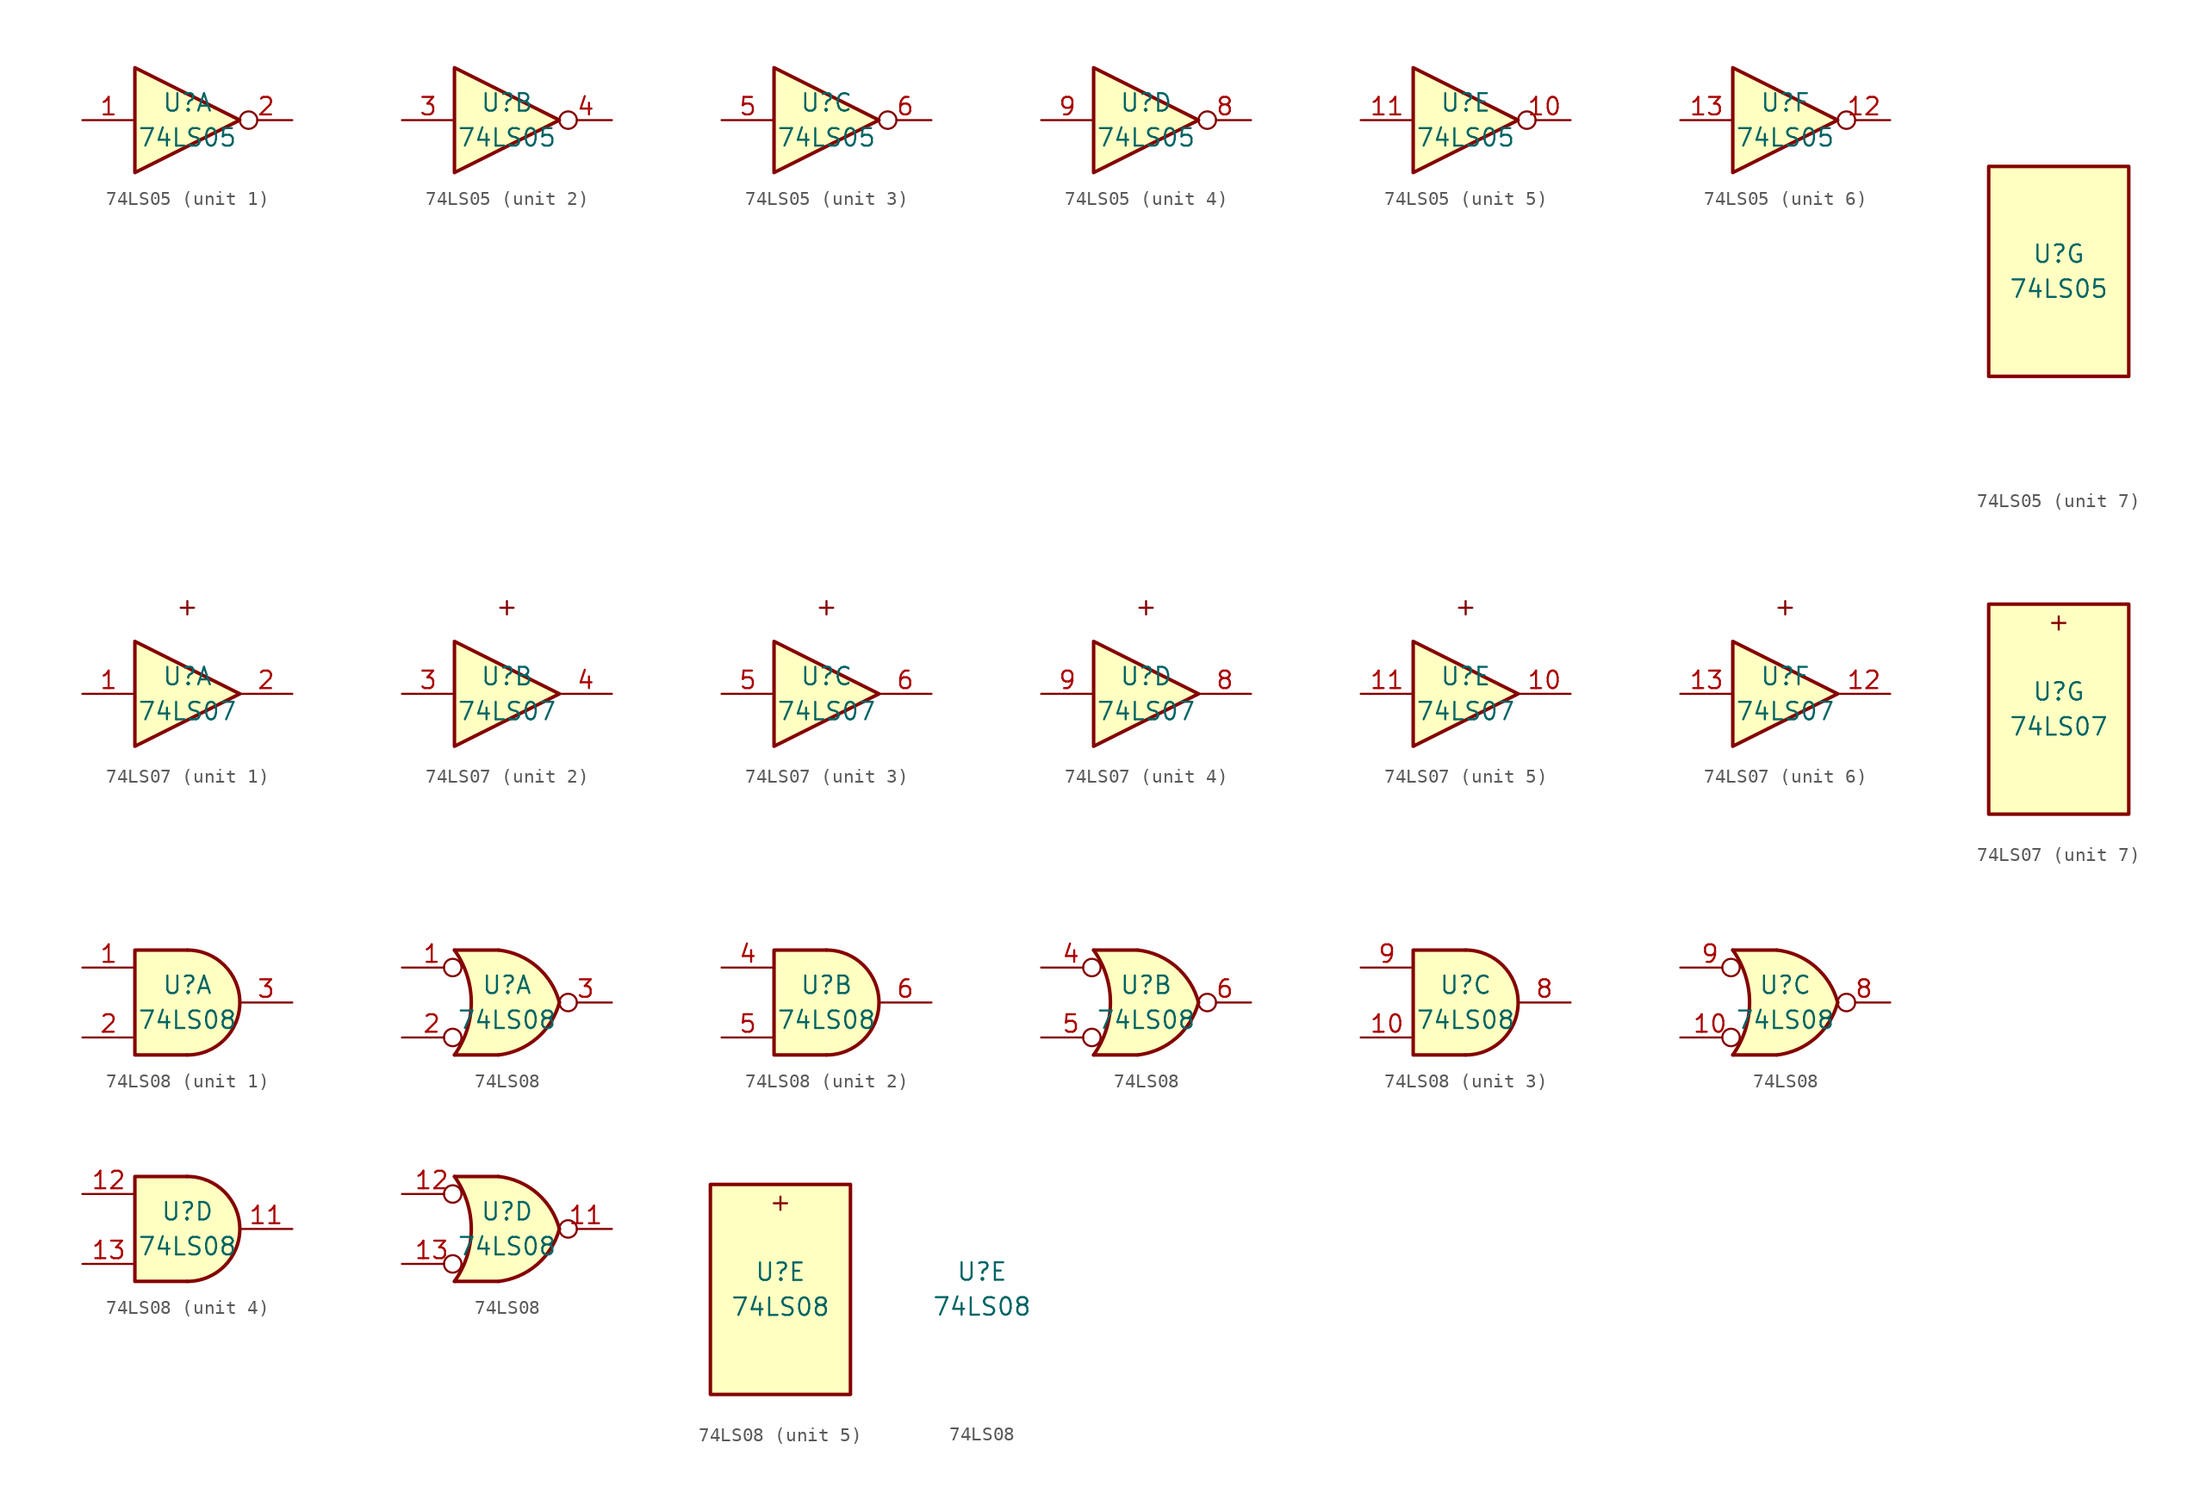
<source format=kicad_sym>
(kicad_symbol_lib
  (version 20231120)
  (generator "kicad_symbol_editor")
  (generator_version "8.0")
  (symbol "74LS05"
    (pin_names
      (offset 1.016))
    (property "Reference" "U"
      (at 0 1.27 0)
      (effects (font (size 1.27 1.27))))
    (property "Value" "74LS05"
      (at 0 -1.27 0)
      (effects (font (size 1.27 1.27))))
    (property "ki_locked" ""
      (at 0 0 0)
      (effects (font (size 1.27 1.27))))
    (symbol "74LS05_1_0"
      (polyline (pts (xy -3.81 3.81) (xy -3.81 -3.81) (xy 3.81 0) (xy -3.81 3.81)) (stroke (width 0.254) (type default)) (fill (type background)))
      (pin input line (at -7.62 0 0) (length 3.81) (name "~" (effects (font (size 1.27 1.27)))) (number "1" (effects (font (size 1.27 1.27)))))
      (pin open_collector inverted (at 7.62 0 180) (length 3.81) (name "~" (effects (font (size 1.27 1.27)))) (number "2" (effects (font (size 1.27 1.27))))))
    (symbol "74LS05_2_0"
      (polyline (pts (xy -3.81 3.81) (xy -3.81 -3.81) (xy 3.81 0) (xy -3.81 3.81)) (stroke (width 0.254) (type default)) (fill (type background)))
      (pin input line (at -7.62 0 0) (length 3.81) (name "~" (effects (font (size 1.27 1.27)))) (number "3" (effects (font (size 1.27 1.27)))))
      (pin open_collector inverted (at 7.62 0 180) (length 3.81) (name "~" (effects (font (size 1.27 1.27)))) (number "4" (effects (font (size 1.27 1.27))))))
    (symbol "74LS05_3_0"
      (polyline (pts (xy -3.81 3.81) (xy -3.81 -3.81) (xy 3.81 0) (xy -3.81 3.81)) (stroke (width 0.254) (type default)) (fill (type background)))
      (pin input line (at -7.62 0 0) (length 3.81) (name "~" (effects (font (size 1.27 1.27)))) (number "5" (effects (font (size 1.27 1.27)))))
      (pin open_collector inverted (at 7.62 0 180) (length 3.81) (name "~" (effects (font (size 1.27 1.27)))) (number "6" (effects (font (size 1.27 1.27))))))
    (symbol "74LS05_4_0"
      (polyline (pts (xy -3.81 3.81) (xy -3.81 -3.81) (xy 3.81 0) (xy -3.81 3.81)) (stroke (width 0.254) (type default)) (fill (type background)))
      (pin open_collector inverted (at 7.62 0 180) (length 3.81) (name "~" (effects (font (size 1.27 1.27)))) (number "8" (effects (font (size 1.27 1.27)))))
      (pin input line (at -7.62 0 0) (length 3.81) (name "~" (effects (font (size 1.27 1.27)))) (number "9" (effects (font (size 1.27 1.27))))))
    (symbol "74LS05_5_0"
      (polyline (pts (xy -3.81 3.81) (xy -3.81 -3.81) (xy 3.81 0) (xy -3.81 3.81)) (stroke (width 0.254) (type default)) (fill (type background)))
      (pin open_collector inverted (at 7.62 0 180) (length 3.81) (name "~" (effects (font (size 1.27 1.27)))) (number "10" (effects (font (size 1.27 1.27)))))
      (pin input line (at -7.62 0 0) (length 3.81) (name "~" (effects (font (size 1.27 1.27)))) (number "11" (effects (font (size 1.27 1.27))))))
    (symbol "74LS05_6_0"
      (polyline (pts (xy -3.81 3.81) (xy -3.81 -3.81) (xy 3.81 0) (xy -3.81 3.81)) (stroke (width 0.254) (type default)) (fill (type background)))
      (pin open_collector inverted (at 7.62 0 180) (length 3.81) (name "~" (effects (font (size 1.27 1.27)))) (number "12" (effects (font (size 1.27 1.27)))))
      (pin input line (at -7.62 0 0) (length 3.81) (name "~" (effects (font (size 1.27 1.27)))) (number "13" (effects (font (size 1.27 1.27))))))
    (symbol "74LS05_7_0"
      (pin input line (at 0 12.7 270) (length 5.08) hide (name "VCC" (effects (font (size 1.27 1.27)))) (number "14" (effects (font (size 1.27 1.27)))))
      (pin input line (at 0 -12.7 90) (length 5.08) hide (name "GND" (effects (font (size 1.27 1.27)))) (number "7" (effects (font (size 1.27 1.27))))))
    (symbol "74LS05_7_1"
      (rectangle (start -5.08 7.62) (end 5.08 -7.62) (stroke (width 0.254) (type default)) (fill (type background)))))
  (symbol "74LS07"
    (pin_names
      (offset 1.016))
    (property "Reference" "U"
      (at 0 1.27 0)
      (effects (font (size 1.27 1.27))))
    (property "Value" "74LS07"
      (at 0 -1.27 0)
      (effects (font (size 1.27 1.27))))
    (property "ki_locked" ""
      (at 0 0 0)
      (effects (font (size 1.27 1.27))))
    (symbol "74LS07_0_1"
      (text "+" (at 0 6.35 0) (effects (font (size 1.27 1.27)))))
    (symbol "74LS07_1_0"
      (polyline (pts (xy -3.81 3.81) (xy -3.81 -3.81) (xy 3.81 0) (xy -3.81 3.81)) (stroke (width 0.254) (type default)) (fill (type background)))
      (pin input line (at -7.62 0 0) (length 3.81) (name "~" (effects (font (size 1.27 1.27)))) (number "1" (effects (font (size 1.27 1.27)))))
      (pin open_collector line (at 7.62 0 180) (length 3.81) (name "~" (effects (font (size 1.27 1.27)))) (number "2" (effects (font (size 1.27 1.27))))))
    (symbol "74LS07_2_0"
      (polyline (pts (xy -3.81 3.81) (xy -3.81 -3.81) (xy 3.81 0) (xy -3.81 3.81)) (stroke (width 0.254) (type default)) (fill (type background)))
      (pin input line (at -7.62 0 0) (length 3.81) (name "~" (effects (font (size 1.27 1.27)))) (number "3" (effects (font (size 1.27 1.27)))))
      (pin open_collector line (at 7.62 0 180) (length 3.81) (name "~" (effects (font (size 1.27 1.27)))) (number "4" (effects (font (size 1.27 1.27))))))
    (symbol "74LS07_3_0"
      (polyline (pts (xy -3.81 3.81) (xy -3.81 -3.81) (xy 3.81 0) (xy -3.81 3.81)) (stroke (width 0.254) (type default)) (fill (type background)))
      (pin input line (at -7.62 0 0) (length 3.81) (name "~" (effects (font (size 1.27 1.27)))) (number "5" (effects (font (size 1.27 1.27)))))
      (pin open_collector line (at 7.62 0 180) (length 3.81) (name "~" (effects (font (size 1.27 1.27)))) (number "6" (effects (font (size 1.27 1.27))))))
    (symbol "74LS07_4_0"
      (polyline (pts (xy -3.81 3.81) (xy -3.81 -3.81) (xy 3.81 0) (xy -3.81 3.81)) (stroke (width 0.254) (type default)) (fill (type background)))
      (pin open_collector line (at 7.62 0 180) (length 3.81) (name "~" (effects (font (size 1.27 1.27)))) (number "8" (effects (font (size 1.27 1.27)))))
      (pin input line (at -7.62 0 0) (length 3.81) (name "~" (effects (font (size 1.27 1.27)))) (number "9" (effects (font (size 1.27 1.27))))))
    (symbol "74LS07_5_0"
      (polyline (pts (xy -3.81 3.81) (xy -3.81 -3.81) (xy 3.81 0) (xy -3.81 3.81)) (stroke (width 0.254) (type default)) (fill (type background)))
      (pin open_collector line (at 7.62 0 180) (length 3.81) (name "~" (effects (font (size 1.27 1.27)))) (number "10" (effects (font (size 1.27 1.27)))))
      (pin input line (at -7.62 0 0) (length 3.81) (name "~" (effects (font (size 1.27 1.27)))) (number "11" (effects (font (size 1.27 1.27))))))
    (symbol "74LS07_6_0"
      (polyline (pts (xy -3.81 3.81) (xy -3.81 -3.81) (xy 3.81 0) (xy -3.81 3.81)) (stroke (width 0.254) (type default)) (fill (type background)))
      (pin open_collector line (at 7.62 0 180) (length 3.81) (name "~" (effects (font (size 1.27 1.27)))) (number "12" (effects (font (size 1.27 1.27)))))
      (pin input line (at -7.62 0 0) (length 3.81) (name "~" (effects (font (size 1.27 1.27)))) (number "13" (effects (font (size 1.27 1.27))))))
    (symbol "74LS07_7_0"
      (pin power_in line (at 0 7.62 270) (length 5.08) hide (name "VCC" (effects (font (size 1.27 1.27)))) (number "14" (effects (font (size 1.27 1.27)))))
      (pin power_in line (at 0 -7.62 90) (length 5.08) hide (name "GND" (effects (font (size 1.27 1.27)))) (number "7" (effects (font (size 1.27 1.27))))))
    (symbol "74LS07_7_1"
      (rectangle (start -5.08 7.62) (end 5.08 -7.62) (stroke (width 0.254) (type default)) (fill (type background)))))
  (symbol "74LS08"
    (pin_names
      (offset 1.016))
    (property "Reference" "U"
      (at 0 1.27 0)
      (effects (font (size 1.27 1.27))))
    (property "Value" "74LS08"
      (at 0 -1.27 0)
      (effects (font (size 1.27 1.27))))
    (property "ki_locked" ""
      (at 0 0 0)
      (effects (font (size 1.27 1.27))))
    (symbol "74LS08_1_1"
      (arc (start 0 -3.81) (mid 3.7934 0) (end 0 3.81) (stroke (width 0.254) (type default)) (fill (type background)))
      (polyline (pts (xy 0 3.81) (xy -3.81 3.81) (xy -3.81 -3.81) (xy 0 -3.81)) (stroke (width 0.254) (type default)) (fill (type background)))
      (pin input line (at -7.62 2.54 0) (length 3.81) (name "~" (effects (font (size 1.27 1.27)))) (number "1" (effects (font (size 1.27 1.27)))))
      (pin input line (at -7.62 -2.54 0) (length 3.81) (name "~" (effects (font (size 1.27 1.27)))) (number "2" (effects (font (size 1.27 1.27)))))
      (pin output line (at 7.62 0 180) (length 3.81) (name "~" (effects (font (size 1.27 1.27)))) (number "3" (effects (font (size 1.27 1.27))))))
    (symbol "74LS08_1_2"
      (arc (start -3.81 -3.81) (mid -2.589 0) (end -3.81 3.81) (stroke (width 0.254) (type default)) (fill (type none)))
      (arc (start -0.6096 -3.81) (mid 2.1842 -2.5851) (end 3.81 0) (stroke (width 0.254) (type default)) (fill (type background)))
      (polyline (pts (xy -3.81 -3.81) (xy -0.635 -3.81)) (stroke (width 0.254) (type default)) (fill (type background)))
      (polyline (pts (xy -3.81 3.81) (xy -0.635 3.81)) (stroke (width 0.254) (type default)) (fill (type background)))
      (polyline (pts (xy -0.635 3.81) (xy -3.81 3.81) (xy -3.81 3.81) (xy -3.556 3.404) (xy -3.023 2.261) (xy -2.692 1.041) (xy -2.616 -0.254) (xy -2.769 -1.499) (xy -3.175 -2.718) (xy -3.81 -3.81) (xy -3.81 -3.81) (xy -0.635 -3.81)) (stroke (width -25.4) (type default)) (fill (type background)))
      (arc (start 3.81 0) (mid 2.1915 2.5936) (end -0.6096 3.81) (stroke (width 0.254) (type default)) (fill (type background)))
      (pin input inverted (at -7.62 2.54 0) (length 4.318) (name "~" (effects (font (size 1.27 1.27)))) (number "1" (effects (font (size 1.27 1.27)))))
      (pin input inverted (at -7.62 -2.54 0) (length 4.318) (name "~" (effects (font (size 1.27 1.27)))) (number "2" (effects (font (size 1.27 1.27)))))
      (pin output inverted (at 7.62 0 180) (length 3.81) (name "~" (effects (font (size 1.27 1.27)))) (number "3" (effects (font (size 1.27 1.27))))))
    (symbol "74LS08_2_1"
      (arc (start 0 -3.81) (mid 3.7934 0) (end 0 3.81) (stroke (width 0.254) (type default)) (fill (type background)))
      (polyline (pts (xy 0 3.81) (xy -3.81 3.81) (xy -3.81 -3.81) (xy 0 -3.81)) (stroke (width 0.254) (type default)) (fill (type background)))
      (pin input line (at -7.62 2.54 0) (length 3.81) (name "~" (effects (font (size 1.27 1.27)))) (number "4" (effects (font (size 1.27 1.27)))))
      (pin input line (at -7.62 -2.54 0) (length 3.81) (name "~" (effects (font (size 1.27 1.27)))) (number "5" (effects (font (size 1.27 1.27)))))
      (pin output line (at 7.62 0 180) (length 3.81) (name "~" (effects (font (size 1.27 1.27)))) (number "6" (effects (font (size 1.27 1.27))))))
    (symbol "74LS08_2_2"
      (arc (start -3.81 -3.81) (mid -2.589 0) (end -3.81 3.81) (stroke (width 0.254) (type default)) (fill (type none)))
      (arc (start -0.6096 -3.81) (mid 2.1842 -2.5851) (end 3.81 0) (stroke (width 0.254) (type default)) (fill (type background)))
      (polyline (pts (xy -3.81 -3.81) (xy -0.635 -3.81)) (stroke (width 0.254) (type default)) (fill (type background)))
      (polyline (pts (xy -3.81 3.81) (xy -0.635 3.81)) (stroke (width 0.254) (type default)) (fill (type background)))
      (polyline (pts (xy -0.635 3.81) (xy -3.81 3.81) (xy -3.81 3.81) (xy -3.556 3.404) (xy -3.023 2.261) (xy -2.692 1.041) (xy -2.616 -0.254) (xy -2.769 -1.499) (xy -3.175 -2.718) (xy -3.81 -3.81) (xy -3.81 -3.81) (xy -0.635 -3.81)) (stroke (width -25.4) (type default)) (fill (type background)))
      (arc (start 3.81 0) (mid 2.1915 2.5936) (end -0.6096 3.81) (stroke (width 0.254) (type default)) (fill (type background)))
      (pin input inverted (at -7.62 2.54 0) (length 4.318) (name "~" (effects (font (size 1.27 1.27)))) (number "4" (effects (font (size 1.27 1.27)))))
      (pin input inverted (at -7.62 -2.54 0) (length 4.318) (name "~" (effects (font (size 1.27 1.27)))) (number "5" (effects (font (size 1.27 1.27)))))
      (pin output inverted (at 7.62 0 180) (length 3.81) (name "~" (effects (font (size 1.27 1.27)))) (number "6" (effects (font (size 1.27 1.27))))))
    (symbol "74LS08_3_1"
      (arc (start 0 -3.81) (mid 3.7934 0) (end 0 3.81) (stroke (width 0.254) (type default)) (fill (type background)))
      (polyline (pts (xy 0 3.81) (xy -3.81 3.81) (xy -3.81 -3.81) (xy 0 -3.81)) (stroke (width 0.254) (type default)) (fill (type background)))
      (pin input line (at -7.62 -2.54 0) (length 3.81) (name "~" (effects (font (size 1.27 1.27)))) (number "10" (effects (font (size 1.27 1.27)))))
      (pin output line (at 7.62 0 180) (length 3.81) (name "~" (effects (font (size 1.27 1.27)))) (number "8" (effects (font (size 1.27 1.27)))))
      (pin input line (at -7.62 2.54 0) (length 3.81) (name "~" (effects (font (size 1.27 1.27)))) (number "9" (effects (font (size 1.27 1.27))))))
    (symbol "74LS08_3_2"
      (arc (start -3.81 -3.81) (mid -2.589 0) (end -3.81 3.81) (stroke (width 0.254) (type default)) (fill (type none)))
      (arc (start -0.6096 -3.81) (mid 2.1842 -2.5851) (end 3.81 0) (stroke (width 0.254) (type default)) (fill (type background)))
      (polyline (pts (xy -3.81 -3.81) (xy -0.635 -3.81)) (stroke (width 0.254) (type default)) (fill (type background)))
      (polyline (pts (xy -3.81 3.81) (xy -0.635 3.81)) (stroke (width 0.254) (type default)) (fill (type background)))
      (polyline (pts (xy -0.635 3.81) (xy -3.81 3.81) (xy -3.81 3.81) (xy -3.556 3.404) (xy -3.023 2.261) (xy -2.692 1.041) (xy -2.616 -0.254) (xy -2.769 -1.499) (xy -3.175 -2.718) (xy -3.81 -3.81) (xy -3.81 -3.81) (xy -0.635 -3.81)) (stroke (width -25.4) (type default)) (fill (type background)))
      (arc (start 3.81 0) (mid 2.1915 2.5936) (end -0.6096 3.81) (stroke (width 0.254) (type default)) (fill (type background)))
      (pin input inverted (at -7.62 -2.54 0) (length 4.318) (name "~" (effects (font (size 1.27 1.27)))) (number "10" (effects (font (size 1.27 1.27)))))
      (pin output inverted (at 7.62 0 180) (length 3.81) (name "~" (effects (font (size 1.27 1.27)))) (number "8" (effects (font (size 1.27 1.27)))))
      (pin input inverted (at -7.62 2.54 0) (length 4.318) (name "~" (effects (font (size 1.27 1.27)))) (number "9" (effects (font (size 1.27 1.27))))))
    (symbol "74LS08_4_1"
      (arc (start 0 -3.81) (mid 3.7934 0) (end 0 3.81) (stroke (width 0.254) (type default)) (fill (type background)))
      (polyline (pts (xy 0 3.81) (xy -3.81 3.81) (xy -3.81 -3.81) (xy 0 -3.81)) (stroke (width 0.254) (type default)) (fill (type background)))
      (pin output line (at 7.62 0 180) (length 3.81) (name "~" (effects (font (size 1.27 1.27)))) (number "11" (effects (font (size 1.27 1.27)))))
      (pin input line (at -7.62 2.54 0) (length 3.81) (name "~" (effects (font (size 1.27 1.27)))) (number "12" (effects (font (size 1.27 1.27)))))
      (pin input line (at -7.62 -2.54 0) (length 3.81) (name "~" (effects (font (size 1.27 1.27)))) (number "13" (effects (font (size 1.27 1.27))))))
    (symbol "74LS08_4_2"
      (arc (start -3.81 -3.81) (mid -2.589 0) (end -3.81 3.81) (stroke (width 0.254) (type default)) (fill (type none)))
      (arc (start -0.6096 -3.81) (mid 2.1842 -2.5851) (end 3.81 0) (stroke (width 0.254) (type default)) (fill (type background)))
      (polyline (pts (xy -3.81 -3.81) (xy -0.635 -3.81)) (stroke (width 0.254) (type default)) (fill (type background)))
      (polyline (pts (xy -3.81 3.81) (xy -0.635 3.81)) (stroke (width 0.254) (type default)) (fill (type background)))
      (polyline (pts (xy -0.635 3.81) (xy -3.81 3.81) (xy -3.81 3.81) (xy -3.556 3.404) (xy -3.023 2.261) (xy -2.692 1.041) (xy -2.616 -0.254) (xy -2.769 -1.499) (xy -3.175 -2.718) (xy -3.81 -3.81) (xy -3.81 -3.81) (xy -0.635 -3.81)) (stroke (width -25.4) (type default)) (fill (type background)))
      (arc (start 3.81 0) (mid 2.1915 2.5936) (end -0.6096 3.81) (stroke (width 0.254) (type default)) (fill (type background)))
      (pin output inverted (at 7.62 0 180) (length 3.81) (name "~" (effects (font (size 1.27 1.27)))) (number "11" (effects (font (size 1.27 1.27)))))
      (pin input inverted (at -7.62 2.54 0) (length 4.318) (name "~" (effects (font (size 1.27 1.27)))) (number "12" (effects (font (size 1.27 1.27)))))
      (pin input inverted (at -7.62 -2.54 0) (length 4.318) (name "~" (effects (font (size 1.27 1.27)))) (number "13" (effects (font (size 1.27 1.27))))))
    (symbol "74LS08_5_0"
      (pin power_in line (at 0 7.62 270) (length 5.08) hide (name "VCC" (effects (font (size 1.27 1.27)))) (number "14" (effects (font (size 1.27 1.27)))))
      (pin power_in line (at 0 -7.62 90) (length 5.08) hide (name "GND" (effects (font (size 1.27 1.27)))) (number "7" (effects (font (size 1.27 1.27))))))
    (symbol "74LS08_5_1"
      (rectangle (start -5.08 7.62) (end 5.08 -7.62) (stroke (width 0.254) (type default)) (fill (type background)))
      (text "+" (at 0 6.35 0) (effects (font (size 1.27 1.27)))))))
</source>
